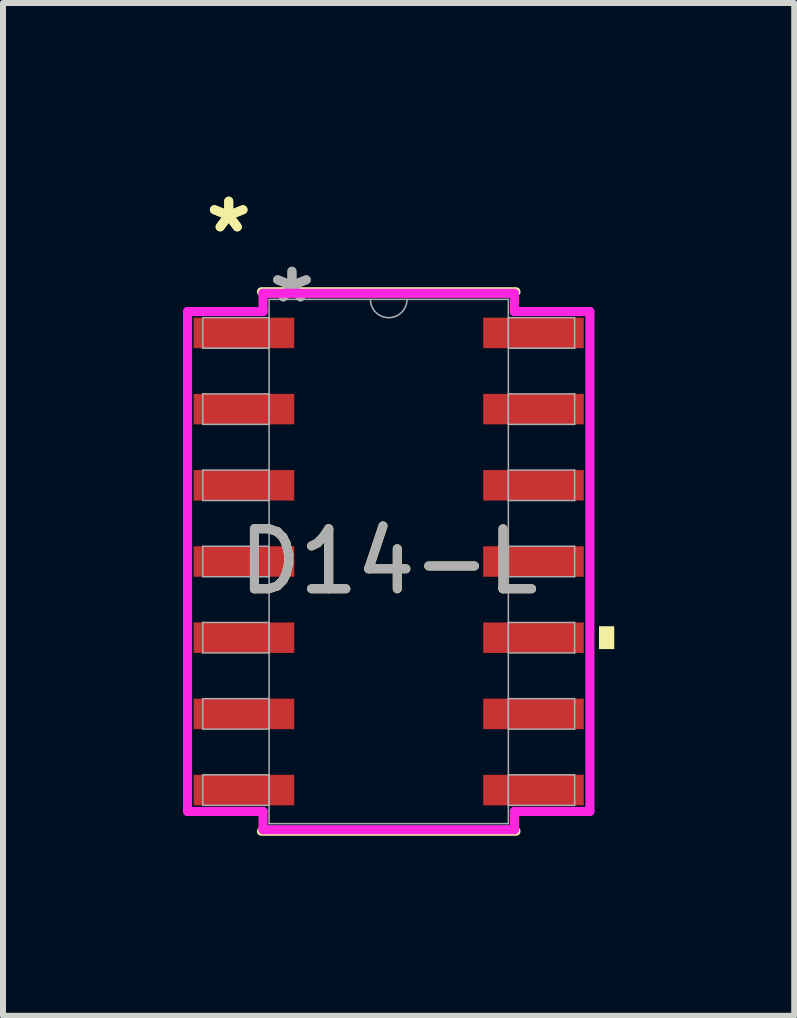
<source format=kicad_pcb>
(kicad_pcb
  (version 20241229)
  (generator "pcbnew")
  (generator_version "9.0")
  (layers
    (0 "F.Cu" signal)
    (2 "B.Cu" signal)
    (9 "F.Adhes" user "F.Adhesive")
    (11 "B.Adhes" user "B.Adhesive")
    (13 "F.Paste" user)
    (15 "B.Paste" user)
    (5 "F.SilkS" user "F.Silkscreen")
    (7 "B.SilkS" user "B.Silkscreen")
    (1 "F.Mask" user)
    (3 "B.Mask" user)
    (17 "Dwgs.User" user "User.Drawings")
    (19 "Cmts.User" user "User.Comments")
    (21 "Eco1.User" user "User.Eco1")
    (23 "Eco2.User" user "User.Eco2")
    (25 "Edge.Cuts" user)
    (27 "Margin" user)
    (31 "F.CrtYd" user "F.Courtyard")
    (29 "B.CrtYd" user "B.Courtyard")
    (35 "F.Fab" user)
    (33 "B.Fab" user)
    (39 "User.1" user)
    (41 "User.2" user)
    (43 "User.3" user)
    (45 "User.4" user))
  (footprint "D14-L"
    (layer "F.Cu")
    (at 3.429 6.309)
    (property "Reference" "D14-L" (at 0 0 0) (unlocked yes) (layer "F.SilkS") (effects (font (size 1 1) (thickness 0.15))))
    (attr smd)
    (fp_line (start -2.121 4.496) (end 2.121 4.496) (stroke (width 0.152) (type solid)) (layer "F.SilkS"))
    (fp_line (start 2.121 -4.496) (end -2.121 -4.496) (stroke (width 0.152) (type solid)) (layer "F.SilkS"))
    (fp_poly (pts (xy 3.759 1.079) (xy 3.759 1.46) (xy 3.505 1.46) (xy 3.505 1.079)) (stroke (width 0) (type solid)) (fill yes) (layer "F.SilkS"))
    (fp_line (start -3.353 -4.166) (end -2.095 -4.166) (stroke (width 0.152) (type solid)) (layer "F.CrtYd"))
    (fp_line (start -3.353 4.166) (end -3.353 -4.166) (stroke (width 0.152) (type solid)) (layer "F.CrtYd"))
    (fp_line (start -3.353 4.166) (end -2.095 4.166) (stroke (width 0.152) (type solid)) (layer "F.CrtYd"))
    (fp_line (start -2.095 -4.47) (end 2.095 -4.47) (stroke (width 0.152) (type solid)) (layer "F.CrtYd"))
    (fp_line (start -2.095 -4.166) (end -2.095 -4.47) (stroke (width 0.152) (type solid)) (layer "F.CrtYd"))
    (fp_line (start -2.095 4.47) (end -2.095 4.166) (stroke (width 0.152) (type solid)) (layer "F.CrtYd"))
    (fp_line (start 2.095 -4.47) (end 2.095 -4.166) (stroke (width 0.152) (type solid)) (layer "F.CrtYd"))
    (fp_line (start 2.095 4.166) (end 2.095 4.47) (stroke (width 0.152) (type solid)) (layer "F.CrtYd"))
    (fp_line (start 2.095 4.47) (end -2.095 4.47) (stroke (width 0.152) (type solid)) (layer "F.CrtYd"))
    (fp_line (start 3.353 -4.166) (end 2.095 -4.166) (stroke (width 0.152) (type solid)) (layer "F.CrtYd"))
    (fp_line (start 3.353 -4.166) (end 3.353 4.166) (stroke (width 0.152) (type solid)) (layer "F.CrtYd"))
    (fp_line (start 3.353 4.166) (end 2.095 4.166) (stroke (width 0.152) (type solid)) (layer "F.CrtYd"))
    (fp_line (start -3.099 -4.064) (end -3.099 -3.556) (stroke (width 0.025) (type solid)) (layer "F.Fab"))
    (fp_line (start -3.099 -3.556) (end -1.994 -3.556) (stroke (width 0.025) (type solid)) (layer "F.Fab"))
    (fp_line (start -3.099 -2.794) (end -3.099 -2.286) (stroke (width 0.025) (type solid)) (layer "F.Fab"))
    (fp_line (start -3.099 -2.286) (end -1.994 -2.286) (stroke (width 0.025) (type solid)) (layer "F.Fab"))
    (fp_line (start -3.099 -1.524) (end -3.099 -1.016) (stroke (width 0.025) (type solid)) (layer "F.Fab"))
    (fp_line (start -3.099 -1.016) (end -1.994 -1.016) (stroke (width 0.025) (type solid)) (layer "F.Fab"))
    (fp_line (start -3.099 -0.254) (end -3.099 0.254) (stroke (width 0.025) (type solid)) (layer "F.Fab"))
    (fp_line (start -3.099 0.254) (end -1.994 0.254) (stroke (width 0.025) (type solid)) (layer "F.Fab"))
    (fp_line (start -3.099 1.016) (end -3.099 1.524) (stroke (width 0.025) (type solid)) (layer "F.Fab"))
    (fp_line (start -3.099 1.524) (end -1.994 1.524) (stroke (width 0.025) (type solid)) (layer "F.Fab"))
    (fp_line (start -3.099 2.286) (end -3.099 2.794) (stroke (width 0.025) (type solid)) (layer "F.Fab"))
    (fp_line (start -3.099 2.794) (end -1.994 2.794) (stroke (width 0.025) (type solid)) (layer "F.Fab"))
    (fp_line (start -3.099 3.556) (end -3.099 4.064) (stroke (width 0.025) (type solid)) (layer "F.Fab"))
    (fp_line (start -3.099 4.064) (end -1.994 4.064) (stroke (width 0.025) (type solid)) (layer "F.Fab"))
    (fp_line (start -1.994 -4.369) (end -1.994 4.369) (stroke (width 0.025) (type solid)) (layer "F.Fab"))
    (fp_line (start -1.994 -4.064) (end -3.099 -4.064) (stroke (width 0.025) (type solid)) (layer "F.Fab"))
    (fp_line (start -1.994 -3.556) (end -1.994 -4.064) (stroke (width 0.025) (type solid)) (layer "F.Fab"))
    (fp_line (start -1.994 -2.794) (end -3.099 -2.794) (stroke (width 0.025) (type solid)) (layer "F.Fab"))
    (fp_line (start -1.994 -2.286) (end -1.994 -2.794) (stroke (width 0.025) (type solid)) (layer "F.Fab"))
    (fp_line (start -1.994 -1.524) (end -3.099 -1.524) (stroke (width 0.025) (type solid)) (layer "F.Fab"))
    (fp_line (start -1.994 -1.016) (end -1.994 -1.524) (stroke (width 0.025) (type solid)) (layer "F.Fab"))
    (fp_line (start -1.994 -0.254) (end -3.099 -0.254) (stroke (width 0.025) (type solid)) (layer "F.Fab"))
    (fp_line (start -1.994 0.254) (end -1.994 -0.254) (stroke (width 0.025) (type solid)) (layer "F.Fab"))
    (fp_line (start -1.994 1.016) (end -3.099 1.016) (stroke (width 0.025) (type solid)) (layer "F.Fab"))
    (fp_line (start -1.994 1.524) (end -1.994 1.016) (stroke (width 0.025) (type solid)) (layer "F.Fab"))
    (fp_line (start -1.994 2.286) (end -3.099 2.286) (stroke (width 0.025) (type solid)) (layer "F.Fab"))
    (fp_line (start -1.994 2.794) (end -1.994 2.286) (stroke (width 0.025) (type solid)) (layer "F.Fab"))
    (fp_line (start -1.994 3.556) (end -3.099 3.556) (stroke (width 0.025) (type solid)) (layer "F.Fab"))
    (fp_line (start -1.994 4.064) (end -1.994 3.556) (stroke (width 0.025) (type solid)) (layer "F.Fab"))
    (fp_line (start -1.994 4.369) (end 1.994 4.369) (stroke (width 0.025) (type solid)) (layer "F.Fab"))
    (fp_line (start 1.994 -4.369) (end -1.994 -4.369) (stroke (width 0.025) (type solid)) (layer "F.Fab"))
    (fp_line (start 1.994 -4.064) (end 1.994 -3.556) (stroke (width 0.025) (type solid)) (layer "F.Fab"))
    (fp_line (start 1.994 -3.556) (end 3.099 -3.556) (stroke (width 0.025) (type solid)) (layer "F.Fab"))
    (fp_line (start 1.994 -2.794) (end 1.994 -2.286) (stroke (width 0.025) (type solid)) (layer "F.Fab"))
    (fp_line (start 1.994 -2.286) (end 3.099 -2.286) (stroke (width 0.025) (type solid)) (layer "F.Fab"))
    (fp_line (start 1.994 -1.524) (end 1.994 -1.016) (stroke (width 0.025) (type solid)) (layer "F.Fab"))
    (fp_line (start 1.994 -1.016) (end 3.099 -1.016) (stroke (width 0.025) (type solid)) (layer "F.Fab"))
    (fp_line (start 1.994 -0.254) (end 1.994 0.254) (stroke (width 0.025) (type solid)) (layer "F.Fab"))
    (fp_line (start 1.994 0.254) (end 3.099 0.254) (stroke (width 0.025) (type solid)) (layer "F.Fab"))
    (fp_line (start 1.994 1.016) (end 1.994 1.524) (stroke (width 0.025) (type solid)) (layer "F.Fab"))
    (fp_line (start 1.994 1.524) (end 3.099 1.524) (stroke (width 0.025) (type solid)) (layer "F.Fab"))
    (fp_line (start 1.994 2.286) (end 1.994 2.794) (stroke (width 0.025) (type solid)) (layer "F.Fab"))
    (fp_line (start 1.994 2.794) (end 3.099 2.794) (stroke (width 0.025) (type solid)) (layer "F.Fab"))
    (fp_line (start 1.994 3.556) (end 1.994 4.064) (stroke (width 0.025) (type solid)) (layer "F.Fab"))
    (fp_line (start 1.994 4.064) (end 3.099 4.064) (stroke (width 0.025) (type solid)) (layer "F.Fab"))
    (fp_line (start 1.994 4.369) (end 1.994 -4.369) (stroke (width 0.025) (type solid)) (layer "F.Fab"))
    (fp_line (start 3.099 -4.064) (end 1.994 -4.064) (stroke (width 0.025) (type solid)) (layer "F.Fab"))
    (fp_line (start 3.099 -3.556) (end 3.099 -4.064) (stroke (width 0.025) (type solid)) (layer "F.Fab"))
    (fp_line (start 3.099 -2.794) (end 1.994 -2.794) (stroke (width 0.025) (type solid)) (layer "F.Fab"))
    (fp_line (start 3.099 -2.286) (end 3.099 -2.794) (stroke (width 0.025) (type solid)) (layer "F.Fab"))
    (fp_line (start 3.099 -1.524) (end 1.994 -1.524) (stroke (width 0.025) (type solid)) (layer "F.Fab"))
    (fp_line (start 3.099 -1.016) (end 3.099 -1.524) (stroke (width 0.025) (type solid)) (layer "F.Fab"))
    (fp_line (start 3.099 -0.254) (end 1.994 -0.254) (stroke (width 0.025) (type solid)) (layer "F.Fab"))
    (fp_line (start 3.099 0.254) (end 3.099 -0.254) (stroke (width 0.025) (type solid)) (layer "F.Fab"))
    (fp_line (start 3.099 1.016) (end 1.994 1.016) (stroke (width 0.025) (type solid)) (layer "F.Fab"))
    (fp_line (start 3.099 1.524) (end 3.099 1.016) (stroke (width 0.025) (type solid)) (layer "F.Fab"))
    (fp_line (start 3.099 2.286) (end 1.994 2.286) (stroke (width 0.025) (type solid)) (layer "F.Fab"))
    (fp_line (start 3.099 2.794) (end 3.099 2.286) (stroke (width 0.025) (type solid)) (layer "F.Fab"))
    (fp_line (start 3.099 3.556) (end 1.994 3.556) (stroke (width 0.025) (type solid)) (layer "F.Fab"))
    (fp_line (start 3.099 4.064) (end 3.099 3.556) (stroke (width 0.025) (type solid)) (layer "F.Fab"))
    (fp_arc (start 0.3048 -4.3688) (mid 0 -4.064) (end -0.3048 -4.3688) (stroke (width 0.0254) (type solid)) (layer "F.Fab"))
    (fp_text user "*" (at -2.667 -5.461 0) (layer "F.SilkS") (effects (font (size 1 1) (thickness 0.15))))
    (fp_text user "*" (at -2.667 -5.461 0) (unlocked yes) (layer "F.SilkS") (effects (font (size 1 1) (thickness 0.15))))
    (fp_text user "*" (at -1.613 -4.293 0) (unlocked yes) (layer "F.Fab") (effects (font (size 1 1) (thickness 0.15))))
    (fp_text user "*" (at -1.613 -4.293 0) (layer "F.Fab") (effects (font (size 1 1) (thickness 0.15))))
    (fp_text user "${REFERENCE}" (at 0 0 0) (unlocked yes) (layer "F.Fab") (effects (font (size 1 1) (thickness 0.15))))
    (pad "1" smd rect (at -2.413 -3.81) (size 1.676 0.508) (layers "F.Cu" "F.Mask" "F.Paste"))
    (pad "2" smd rect (at -2.413 -2.54) (size 1.676 0.508) (layers "F.Cu" "F.Mask" "F.Paste"))
    (pad "3" smd rect (at -2.413 -1.27) (size 1.676 0.508) (layers "F.Cu" "F.Mask" "F.Paste"))
    (pad "4" smd rect (at -2.413 0) (size 1.676 0.508) (layers "F.Cu" "F.Mask" "F.Paste"))
    (pad "5" smd rect (at -2.413 1.27) (size 1.676 0.508) (layers "F.Cu" "F.Mask" "F.Paste"))
    (pad "6" smd rect (at -2.413 2.54) (size 1.676 0.508) (layers "F.Cu" "F.Mask" "F.Paste"))
    (pad "7" smd rect (at -2.413 3.81) (size 1.676 0.508) (layers "F.Cu" "F.Mask" "F.Paste"))
    (pad "8" smd rect (at 2.413 3.81) (size 1.676 0.508) (layers "F.Cu" "F.Mask" "F.Paste"))
    (pad "9" smd rect (at 2.413 2.54) (size 1.676 0.508) (layers "F.Cu" "F.Mask" "F.Paste"))
    (pad "10" smd rect (at 2.413 1.27) (size 1.676 0.508) (layers "F.Cu" "F.Mask" "F.Paste"))
    (pad "11" smd rect (at 2.413 0) (size 1.676 0.508) (layers "F.Cu" "F.Mask" "F.Paste"))
    (pad "12" smd rect (at 2.413 -1.27) (size 1.676 0.508) (layers "F.Cu" "F.Mask" "F.Paste"))
    (pad "13" smd rect (at 2.413 -2.54) (size 1.676 0.508) (layers "F.Cu" "F.Mask" "F.Paste"))
    (pad "14" smd rect (at 2.413 -3.81) (size 1.676 0.508) (layers "F.Cu" "F.Mask" "F.Paste")))
  (gr_rect
    (start -3 -3)
    (end 10.188 13.881)
    (stroke (width 0.1) (type default))
    (fill no)
    (layer "Edge.Cuts")))
</source>
